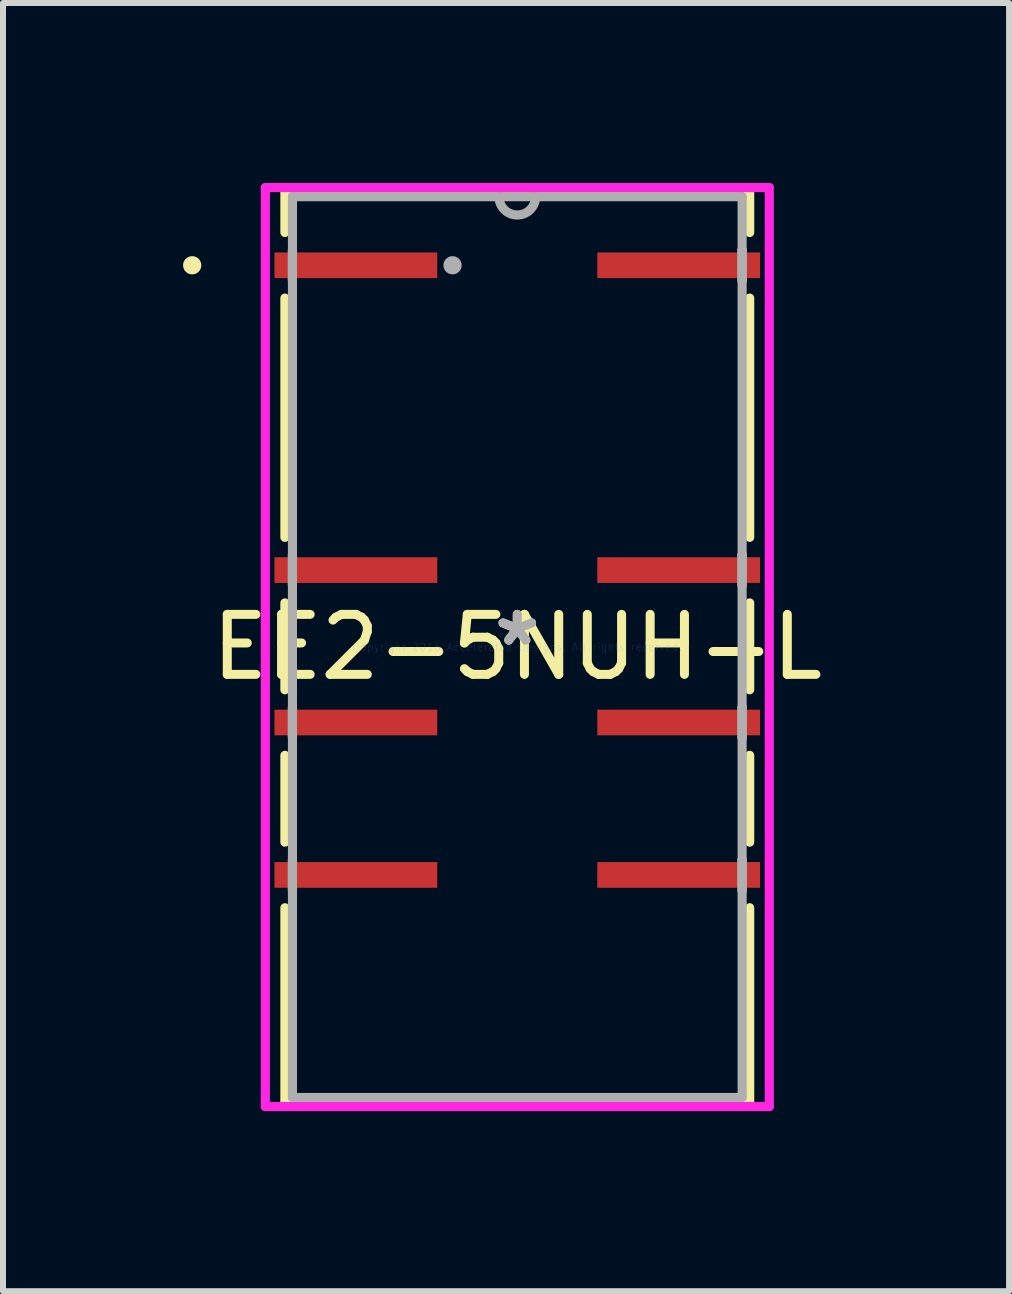
<source format=kicad_pcb>
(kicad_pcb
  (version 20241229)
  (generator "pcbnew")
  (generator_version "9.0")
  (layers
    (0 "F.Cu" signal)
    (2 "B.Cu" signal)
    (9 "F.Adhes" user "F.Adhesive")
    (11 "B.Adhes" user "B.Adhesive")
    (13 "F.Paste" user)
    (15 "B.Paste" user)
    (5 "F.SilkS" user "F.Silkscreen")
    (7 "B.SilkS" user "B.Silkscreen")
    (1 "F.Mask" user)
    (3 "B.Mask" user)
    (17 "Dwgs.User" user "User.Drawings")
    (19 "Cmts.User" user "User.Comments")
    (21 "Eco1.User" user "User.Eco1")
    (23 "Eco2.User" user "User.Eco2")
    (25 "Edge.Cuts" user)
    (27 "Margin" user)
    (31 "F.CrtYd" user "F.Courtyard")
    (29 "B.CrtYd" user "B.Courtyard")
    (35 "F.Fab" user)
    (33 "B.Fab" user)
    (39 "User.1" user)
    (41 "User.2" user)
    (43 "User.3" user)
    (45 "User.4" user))
  (footprint "EE2-5NUH-L"
    (layer "F.Cu")
    (at 5.571 7.734)
    (property "Reference" "EE2-5NUH-L" (at 0 0 0) (layer "F.SilkS") (effects (font (size 1 1) (thickness 0.15))))
    (attr through_hole)
    (fp_line (start -3.873 -7.633) (end -3.873 -6.909) (stroke (width 0.152) (type solid)) (layer "F.SilkS"))
    (fp_line (start -3.873 -5.816) (end -3.873 -1.829) (stroke (width 0.152) (type solid)) (layer "F.SilkS"))
    (fp_line (start -3.873 -0.736) (end -3.873 0.711) (stroke (width 0.152) (type solid)) (layer "F.SilkS"))
    (fp_line (start -3.873 1.804) (end -3.873 3.251) (stroke (width 0.152) (type solid)) (layer "F.SilkS"))
    (fp_line (start -3.873 4.344) (end -3.873 7.633) (stroke (width 0.152) (type solid)) (layer "F.SilkS"))
    (fp_line (start -3.873 7.633) (end 3.873 7.633) (stroke (width 0.152) (type solid)) (layer "F.SilkS"))
    (fp_line (start 3.873 -7.633) (end -3.873 -7.633) (stroke (width 0.152) (type solid)) (layer "F.SilkS"))
    (fp_line (start 3.873 -6.909) (end 3.873 -7.633) (stroke (width 0.152) (type solid)) (layer "F.SilkS"))
    (fp_line (start 3.873 -1.829) (end 3.873 -5.816) (stroke (width 0.152) (type solid)) (layer "F.SilkS"))
    (fp_line (start 3.873 0.711) (end 3.873 -0.736) (stroke (width 0.152) (type solid)) (layer "F.SilkS"))
    (fp_line (start 3.873 3.251) (end 3.873 1.804) (stroke (width 0.152) (type solid)) (layer "F.SilkS"))
    (fp_line (start 3.873 7.633) (end 3.873 4.344) (stroke (width 0.152) (type solid)) (layer "F.SilkS"))
    (fp_circle (center -5.418 -6.363) (end -5.342 -6.363) (stroke (width 0.152) (type solid)) (fill no) (layer "F.SilkS"))
    (fp_line (start -4.199 -7.658) (end 4.199 -7.658) (stroke (width 0.152) (type solid)) (layer "F.CrtYd"))
    (fp_line (start -4.199 7.658) (end -4.199 -7.658) (stroke (width 0.152) (type solid)) (layer "F.CrtYd"))
    (fp_line (start 4.199 -7.658) (end 4.199 7.658) (stroke (width 0.152) (type solid)) (layer "F.CrtYd"))
    (fp_line (start 4.199 7.658) (end -4.199 7.658) (stroke (width 0.152) (type solid)) (layer "F.CrtYd"))
    (fp_line (start -3.747 -7.506) (end -3.747 7.506) (stroke (width 0.152) (type solid)) (layer "F.Fab"))
    (fp_line (start -3.747 -6.617) (end -3.747 -6.617) (stroke (width 0.152) (type solid)) (layer "F.Fab"))
    (fp_line (start -3.747 -6.617) (end -3.747 -6.109) (stroke (width 0.152) (type solid)) (layer "F.Fab"))
    (fp_line (start -3.747 -6.109) (end -3.747 -6.617) (stroke (width 0.152) (type solid)) (layer "F.Fab"))
    (fp_line (start -3.747 -6.109) (end -3.747 -6.109) (stroke (width 0.152) (type solid)) (layer "F.Fab"))
    (fp_line (start -3.747 -1.537) (end -3.747 -1.537) (stroke (width 0.152) (type solid)) (layer "F.Fab"))
    (fp_line (start -3.747 -1.537) (end -3.747 -1.029) (stroke (width 0.152) (type solid)) (layer "F.Fab"))
    (fp_line (start -3.747 -1.029) (end -3.747 -1.537) (stroke (width 0.152) (type solid)) (layer "F.Fab"))
    (fp_line (start -3.747 -1.029) (end -3.747 -1.029) (stroke (width 0.152) (type solid)) (layer "F.Fab"))
    (fp_line (start -3.747 1.003) (end -3.747 1.003) (stroke (width 0.152) (type solid)) (layer "F.Fab"))
    (fp_line (start -3.747 1.003) (end -3.747 1.511) (stroke (width 0.152) (type solid)) (layer "F.Fab"))
    (fp_line (start -3.747 1.511) (end -3.747 1.003) (stroke (width 0.152) (type solid)) (layer "F.Fab"))
    (fp_line (start -3.747 1.511) (end -3.747 1.511) (stroke (width 0.152) (type solid)) (layer "F.Fab"))
    (fp_line (start -3.747 3.543) (end -3.747 3.543) (stroke (width 0.152) (type solid)) (layer "F.Fab"))
    (fp_line (start -3.747 3.543) (end -3.747 4.051) (stroke (width 0.152) (type solid)) (layer "F.Fab"))
    (fp_line (start -3.747 4.051) (end -3.747 3.543) (stroke (width 0.152) (type solid)) (layer "F.Fab"))
    (fp_line (start -3.747 4.051) (end -3.747 4.051) (stroke (width 0.152) (type solid)) (layer "F.Fab"))
    (fp_line (start -3.747 7.506) (end 3.747 7.506) (stroke (width 0.152) (type solid)) (layer "F.Fab"))
    (fp_line (start 3.747 -7.506) (end -3.747 -7.506) (stroke (width 0.152) (type solid)) (layer "F.Fab"))
    (fp_line (start 3.747 -6.617) (end 3.747 -6.617) (stroke (width 0.152) (type solid)) (layer "F.Fab"))
    (fp_line (start 3.747 -6.617) (end 3.747 -6.109) (stroke (width 0.152) (type solid)) (layer "F.Fab"))
    (fp_line (start 3.747 -6.109) (end 3.747 -6.617) (stroke (width 0.152) (type solid)) (layer "F.Fab"))
    (fp_line (start 3.747 -6.109) (end 3.747 -6.109) (stroke (width 0.152) (type solid)) (layer "F.Fab"))
    (fp_line (start 3.747 -1.537) (end 3.747 -1.537) (stroke (width 0.152) (type solid)) (layer "F.Fab"))
    (fp_line (start 3.747 -1.537) (end 3.747 -1.029) (stroke (width 0.152) (type solid)) (layer "F.Fab"))
    (fp_line (start 3.747 -1.029) (end 3.747 -1.537) (stroke (width 0.152) (type solid)) (layer "F.Fab"))
    (fp_line (start 3.747 -1.029) (end 3.747 -1.029) (stroke (width 0.152) (type solid)) (layer "F.Fab"))
    (fp_line (start 3.747 1.003) (end 3.747 1.003) (stroke (width 0.152) (type solid)) (layer "F.Fab"))
    (fp_line (start 3.747 1.003) (end 3.747 1.511) (stroke (width 0.152) (type solid)) (layer "F.Fab"))
    (fp_line (start 3.747 1.511) (end 3.747 1.003) (stroke (width 0.152) (type solid)) (layer "F.Fab"))
    (fp_line (start 3.747 1.511) (end 3.747 1.511) (stroke (width 0.152) (type solid)) (layer "F.Fab"))
    (fp_line (start 3.747 3.543) (end 3.747 3.543) (stroke (width 0.152) (type solid)) (layer "F.Fab"))
    (fp_line (start 3.747 3.543) (end 3.747 4.051) (stroke (width 0.152) (type solid)) (layer "F.Fab"))
    (fp_line (start 3.747 4.051) (end 3.747 3.543) (stroke (width 0.152) (type solid)) (layer "F.Fab"))
    (fp_line (start 3.747 4.051) (end 3.747 4.051) (stroke (width 0.152) (type solid)) (layer "F.Fab"))
    (fp_line (start 3.747 7.506) (end 3.747 -7.506) (stroke (width 0.152) (type solid)) (layer "F.Fab"))
    (fp_arc (start 0.3048 -7.5057) (mid 0 -7.2009) (end -0.3048 -7.5057) (stroke (width 0.1524) (type solid)) (layer "F.Fab"))
    (fp_circle (center -1.079 -6.363) (end -1.003 -6.363) (stroke (width 0.152) (type solid)) (fill no) (layer "F.Fab"))
    (fp_text user "*" (at 0 0 0) (layer "F.SilkS") (effects (font (size 1 1) (thickness 0.15))))
    (fp_text user "Copyright 2016 Accelerated Designs. All rights reserved." (at 0 0 0) (layer "Cmts.User") (effects (font (size 0.127 0.127) (thickness 0.002))))
    (fp_text user "*" (at 0 0 0) (layer "F.Fab") (effects (font (size 1 1) (thickness 0.15))))
    (pad "1" smd rect (at -2.69 -6.363) (size 2.713 0.428) (layers "F.Cu" "F.Mask" "F.Paste"))
    (pad "2" smd rect (at -2.69 -1.283) (size 2.713 0.428) (layers "F.Cu" "F.Mask" "F.Paste"))
    (pad "3" smd rect (at -2.69 1.257) (size 2.713 0.428) (layers "F.Cu" "F.Mask" "F.Paste"))
    (pad "4" smd rect (at -2.69 3.797) (size 2.713 0.428) (layers "F.Cu" "F.Mask" "F.Paste"))
    (pad "5" smd rect (at 2.69 3.797) (size 2.713 0.428) (layers "F.Cu" "F.Mask" "F.Paste"))
    (pad "6" smd rect (at 2.69 1.257) (size 2.713 0.428) (layers "F.Cu" "F.Mask" "F.Paste"))
    (pad "7" smd rect (at 2.69 -1.283) (size 2.713 0.428) (layers "F.Cu" "F.Mask" "F.Paste"))
    (pad "8" smd rect (at 2.69 -6.363) (size 2.713 0.428) (layers "F.Cu" "F.Mask" "F.Paste")))
  (gr_rect
    (start -3 -3)
    (end 13.767 18.469)
    (stroke (width 0.1) (type default))
    (fill no)
    (layer "Edge.Cuts")))
</source>
